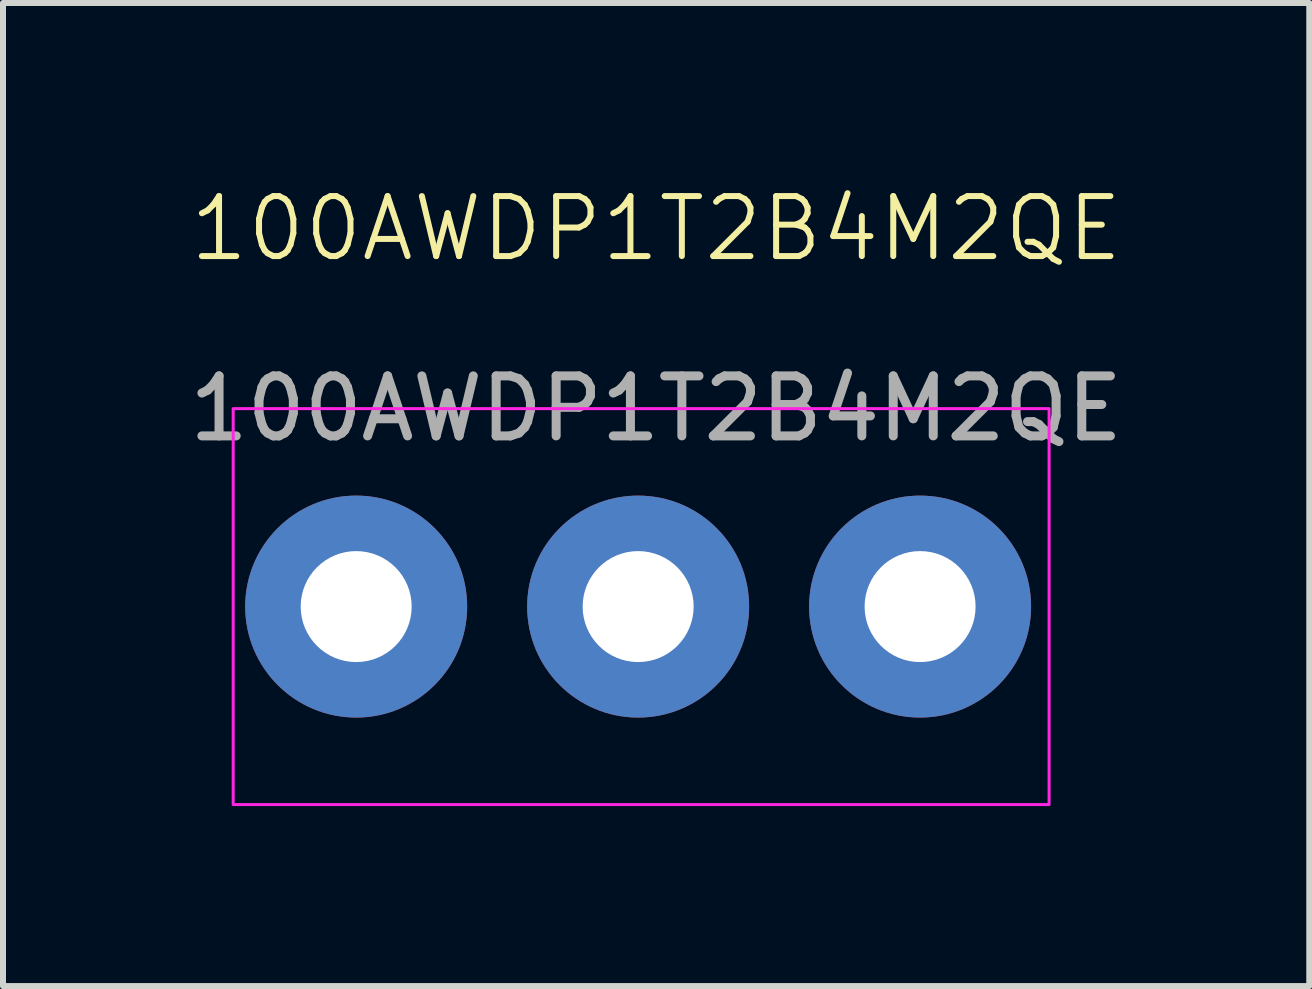
<source format=kicad_pcb>
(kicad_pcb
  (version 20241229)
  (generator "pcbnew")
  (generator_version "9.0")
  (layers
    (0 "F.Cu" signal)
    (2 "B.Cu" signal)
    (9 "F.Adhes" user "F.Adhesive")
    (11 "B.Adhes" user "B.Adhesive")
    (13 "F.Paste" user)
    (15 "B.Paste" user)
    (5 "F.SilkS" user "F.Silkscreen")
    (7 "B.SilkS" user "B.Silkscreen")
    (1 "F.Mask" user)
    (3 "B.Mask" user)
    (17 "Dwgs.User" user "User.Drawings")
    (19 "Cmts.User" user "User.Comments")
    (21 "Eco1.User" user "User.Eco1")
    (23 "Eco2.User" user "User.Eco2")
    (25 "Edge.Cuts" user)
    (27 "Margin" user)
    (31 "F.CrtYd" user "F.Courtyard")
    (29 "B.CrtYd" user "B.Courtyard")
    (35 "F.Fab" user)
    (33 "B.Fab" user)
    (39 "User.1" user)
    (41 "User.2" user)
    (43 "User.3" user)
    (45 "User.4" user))
  (footprint "100AWDP1T2B4M2QE"
    (layer "F.Cu")
    (at 7.587 7.061)
    (property "Reference" "100AWDP1T2B4M2QE" (at 0.3 -6.3 0) (unlocked yes) (layer "F.SilkS") (effects (font (size 1 1) (thickness 0.1))))
    (attr through_hole)
    (fp_rect (start -6.75 -3.3) (end 6.85 3.3) (stroke (width 0.05) (type default)) (fill no) (layer "F.CrtYd"))
    (fp_text user "${REFERENCE}" (at 0.3 -3.3 0) (unlocked yes) (layer "F.Fab") (effects (font (size 1 1) (thickness 0.15))))
    (pad "1" thru_hole circle (at -4.7 0) (size 3.7 3.7) (drill 1.85) (layers "*.Cu" "*.Mask"))
    (pad "2" thru_hole circle (at 0 0) (size 3.7 3.7) (drill 1.85) (layers "*.Cu" "*.Mask"))
    (pad "3" thru_hole circle (at 4.7 0) (size 3.7 3.7) (drill 1.85) (layers "*.Cu" "*.Mask")))
  (gr_rect
    (start -3 -3)
    (end 18.774 13.386)
    (stroke (width 0.1) (type default))
    (fill no)
    (layer "Edge.Cuts")))
</source>
